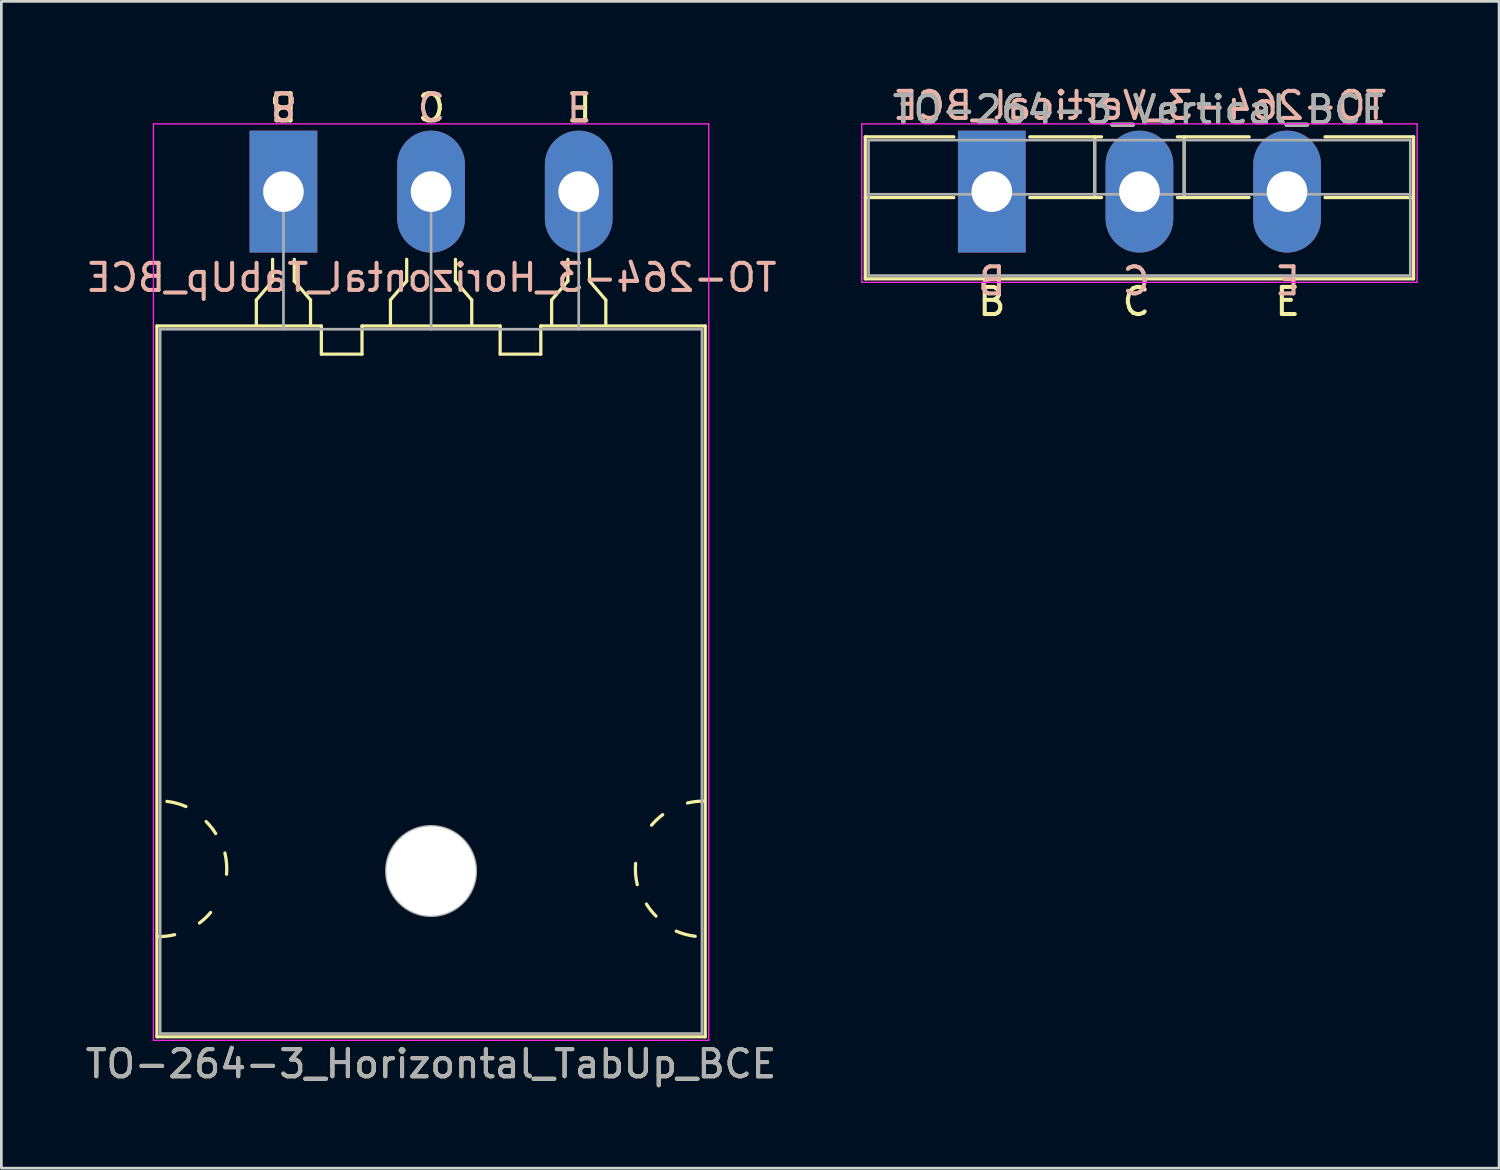
<source format=kicad_pcb>
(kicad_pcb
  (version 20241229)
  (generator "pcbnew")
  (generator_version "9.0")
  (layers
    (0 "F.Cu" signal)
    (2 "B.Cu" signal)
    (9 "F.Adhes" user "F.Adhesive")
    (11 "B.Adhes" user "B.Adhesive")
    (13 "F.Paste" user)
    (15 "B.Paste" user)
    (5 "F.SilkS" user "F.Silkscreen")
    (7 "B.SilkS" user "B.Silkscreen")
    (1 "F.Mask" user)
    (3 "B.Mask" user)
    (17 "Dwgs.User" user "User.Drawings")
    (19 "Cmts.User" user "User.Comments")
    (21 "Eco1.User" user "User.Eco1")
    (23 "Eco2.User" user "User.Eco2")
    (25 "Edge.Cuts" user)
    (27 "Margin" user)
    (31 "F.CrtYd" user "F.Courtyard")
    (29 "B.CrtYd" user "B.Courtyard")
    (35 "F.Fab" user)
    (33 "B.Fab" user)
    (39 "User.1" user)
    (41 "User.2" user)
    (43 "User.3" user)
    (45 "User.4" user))
  (footprint "TO-264-3_Vertical_BCE"
    (layer "F.Cu")
    (at 33.562 4.023)
    (property "Reference" "TO-264-3_Vertical_BCE" (at 5.45 -3.02 0) (layer "F.SilkS") (effects (font (size 1 1) (thickness 0.15))))
    (fp_line (start -4.67 -2.021) (end -4.67 3.22) (stroke (width 0.12) (type solid)) (layer "F.SilkS"))
    (fp_line (start -4.67 -2.021) (end -1.4 -2.021) (stroke (width 0.12) (type solid)) (layer "F.SilkS"))
    (fp_line (start -4.67 0.22) (end -1.4 0.22) (stroke (width 0.12) (type solid)) (layer "F.SilkS"))
    (fp_line (start -4.67 3.22) (end 15.57 3.22) (stroke (width 0.12) (type solid)) (layer "F.SilkS"))
    (fp_line (start 1.4 -2.021) (end 4.051 -2.021) (stroke (width 0.12) (type solid)) (layer "F.SilkS"))
    (fp_line (start 1.4 0.22) (end 4.051 0.22) (stroke (width 0.12) (type solid)) (layer "F.SilkS"))
    (fp_line (start 3.8 -2.021) (end 3.8 0.22) (stroke (width 0.12) (type solid)) (layer "F.SilkS"))
    (fp_line (start 6.85 -2.021) (end 9.5 -2.021) (stroke (width 0.12) (type solid)) (layer "F.SilkS"))
    (fp_line (start 6.85 0.22) (end 9.5 0.22) (stroke (width 0.12) (type solid)) (layer "F.SilkS"))
    (fp_line (start 7.1 -2.021) (end 7.1 0.22) (stroke (width 0.12) (type solid)) (layer "F.SilkS"))
    (fp_line (start 12.3 -2.021) (end 15.57 -2.021) (stroke (width 0.12) (type solid)) (layer "F.SilkS"))
    (fp_line (start 12.3 0.22) (end 15.57 0.22) (stroke (width 0.12) (type solid)) (layer "F.SilkS"))
    (fp_line (start 15.57 -2.021) (end 15.57 3.22) (stroke (width 0.12) (type solid)) (layer "F.SilkS"))
    (fp_line (start -4.8 -2.5) (end -4.8 3.35) (stroke (width 0.05) (type solid)) (layer "F.CrtYd"))
    (fp_line (start -4.8 3.35) (end 15.7 3.35) (stroke (width 0.05) (type solid)) (layer "F.CrtYd"))
    (fp_line (start 15.7 -2.5) (end -4.8 -2.5) (stroke (width 0.05) (type solid)) (layer "F.CrtYd"))
    (fp_line (start 15.7 3.35) (end 15.7 -2.5) (stroke (width 0.05) (type solid)) (layer "F.CrtYd"))
    (fp_line (start -4.55 -1.9) (end -4.55 3.1) (stroke (width 0.1) (type solid)) (layer "F.Fab"))
    (fp_line (start -4.55 0.1) (end 15.45 0.1) (stroke (width 0.1) (type solid)) (layer "F.Fab"))
    (fp_line (start -4.55 3.1) (end 15.45 3.1) (stroke (width 0.1) (type solid)) (layer "F.Fab"))
    (fp_line (start 3.8 -1.9) (end 3.8 0.1) (stroke (width 0.1) (type solid)) (layer "F.Fab"))
    (fp_line (start 7.1 -1.9) (end 7.1 0.1) (stroke (width 0.1) (type solid)) (layer "F.Fab"))
    (fp_line (start 15.45 -1.9) (end -4.55 -1.9) (stroke (width 0.1) (type solid)) (layer "F.Fab"))
    (fp_line (start 15.45 3.1) (end 15.45 -1.9) (stroke (width 0.1) (type solid)) (layer "F.Fab"))
    (fp_text user "E" (at 10.922 4.064 0) (unlocked yes) (layer "F.SilkS") (effects (font (size 1 1) (thickness 0.15))))
    (fp_text user "B" (at 0 4.064 0) (unlocked yes) (layer "F.SilkS") (effects (font (size 1 1) (thickness 0.15))))
    (fp_text user "C" (at 5.334 4.064 0) (unlocked yes) (layer "F.SilkS") (effects (font (size 1 1) (thickness 0.15))))
    (fp_text user "B" (at 0 3.302 0) (unlocked yes) (layer "B.SilkS") (effects (font (size 1 1) (thickness 0.15)) (justify mirror)))
    (fp_text user "E" (at 10.922 3.302 0) (unlocked yes) (layer "B.SilkS") (effects (font (size 1 1) (thickness 0.15)) (justify mirror)))
    (fp_text user "C" (at 5.334 3.302 0) (unlocked yes) (layer "B.SilkS") (effects (font (size 1 1) (thickness 0.15)) (justify mirror)))
    (fp_text user "${REFERENCE}" (at 5.461 -3.175 0) (layer "B.SilkS") (effects (font (size 1 1) (thickness 0.15)) (justify mirror)))
    (fp_text user "${REFERENCE}" (at 5.45 -3.02 0) (layer "F.Fab") (effects (font (size 1 1) (thickness 0.15))))
    (pad "1" thru_hole rect (at 0 0) (size 2.5 4.5) (drill 1.5) (layers "*.Cu" "*.Mask"))
    (pad "2" thru_hole oval (at 5.45 0) (size 2.5 4.5) (drill 1.5) (layers "*.Cu" "*.Mask"))
    (pad "3" thru_hole oval (at 10.9 0) (size 2.5 4.5) (drill 1.5) (layers "*.Cu" "*.Mask")))
  (footprint "TO-264-3_Horizontal_TabUp_BCE"
    (layer "F.Cu")
    (at 7.413 4.023)
    (property "Reference" "TO-264-3_Horizontal_TabUp_BCE" (at 5.45 32.2 0) (layer "F.SilkS") (effects (font (size 1 1) (thickness 0.15))))
    (fp_line (start -4.67 31.2) (end -4.67 4.96) (stroke (width 0.12) (type solid)) (layer "F.SilkS"))
    (fp_line (start -1 4) (end -1 4.9) (stroke (width 0.12) (type solid)) (layer "F.SilkS"))
    (fp_line (start -0.4 2.5) (end -0.4 3.3) (stroke (width 0.12) (type solid)) (layer "F.SilkS"))
    (fp_line (start -0.4 3.3) (end -1 4) (stroke (width 0.12) (type solid)) (layer "F.SilkS"))
    (fp_line (start 0.4 3.3) (end 0.4 2.5) (stroke (width 0.12) (type solid)) (layer "F.SilkS"))
    (fp_line (start 1 4) (end 0.4 3.3) (stroke (width 0.12) (type solid)) (layer "F.SilkS"))
    (fp_line (start 1 4.9) (end 1 4) (stroke (width 0.12) (type solid)) (layer "F.SilkS"))
    (fp_line (start 1.4 4.96) (end -4.67 4.96) (stroke (width 0.12) (type solid)) (layer "F.SilkS"))
    (fp_line (start 1.4 4.96) (end 1.4 6) (stroke (width 0.12) (type solid)) (layer "F.SilkS"))
    (fp_line (start 1.4 6) (end 2.9 6) (stroke (width 0.12) (type solid)) (layer "F.SilkS"))
    (fp_line (start 2.9 6) (end 2.9 4.96) (stroke (width 0.12) (type solid)) (layer "F.SilkS"))
    (fp_line (start 3.95 4) (end 3.95 4.9) (stroke (width 0.12) (type solid)) (layer "F.SilkS"))
    (fp_line (start 4.55 2.5) (end 4.55 3.3) (stroke (width 0.12) (type solid)) (layer "F.SilkS"))
    (fp_line (start 4.55 3.3) (end 3.95 4) (stroke (width 0.12) (type solid)) (layer "F.SilkS"))
    (fp_line (start 6.35 3.3) (end 6.35 2.5) (stroke (width 0.12) (type solid)) (layer "F.SilkS"))
    (fp_line (start 6.95 4) (end 6.35 3.3) (stroke (width 0.12) (type solid)) (layer "F.SilkS"))
    (fp_line (start 6.95 4.9) (end 6.95 4) (stroke (width 0.12) (type solid)) (layer "F.SilkS"))
    (fp_line (start 8 4.96) (end 2.9 4.96) (stroke (width 0.12) (type solid)) (layer "F.SilkS"))
    (fp_line (start 8 6) (end 8 4.96) (stroke (width 0.12) (type solid)) (layer "F.SilkS"))
    (fp_line (start 9.5 4.96) (end 9.5 6) (stroke (width 0.12) (type solid)) (layer "F.SilkS"))
    (fp_line (start 9.5 6) (end 8 6) (stroke (width 0.12) (type solid)) (layer "F.SilkS"))
    (fp_line (start 9.9 4) (end 9.9 4.9) (stroke (width 0.12) (type solid)) (layer "F.SilkS"))
    (fp_line (start 10.5 2.5) (end 10.5 3.3) (stroke (width 0.12) (type solid)) (layer "F.SilkS"))
    (fp_line (start 10.5 3.3) (end 9.9 4) (stroke (width 0.12) (type solid)) (layer "F.SilkS"))
    (fp_line (start 11.3 3.3) (end 11.3 2.5) (stroke (width 0.12) (type solid)) (layer "F.SilkS"))
    (fp_line (start 11.9 4) (end 11.3 3.3) (stroke (width 0.12) (type solid)) (layer "F.SilkS"))
    (fp_line (start 11.9 4.9) (end 11.9 4) (stroke (width 0.12) (type solid)) (layer "F.SilkS"))
    (fp_line (start 15.57 4.96) (end 9.5 4.96) (stroke (width 0.12) (type solid)) (layer "F.SilkS"))
    (fp_line (start 15.57 31.2) (end -4.67 31.2) (stroke (width 0.12) (type solid)) (layer "F.SilkS"))
    (fp_line (start 15.57 31.2) (end 15.57 4.96) (stroke (width 0.12) (type solid)) (layer "F.SilkS"))
    (fp_arc (start -4.301186 22.509879) (mid -3.943673 22.579416) (end -3.600001 22.700001) (stroke (width 0.12) (type solid)) (layer "F.SilkS"))
    (fp_arc (start -4.016568 27.430968) (mid -4.306249 27.482682) (end -4.6 27.5) (stroke (width 0.12) (type solid)) (layer "F.SilkS"))
    (fp_arc (start -2.853576 23.253576) (mid -2.663879 23.466564) (end -2.500001 23.700001) (stroke (width 0.12) (type solid)) (layer "F.SilkS"))
    (fp_arc (start -2.687722 26.610338) (mid -2.882773 26.8169) (end -3.1 26.999999) (stroke (width 0.12) (type solid)) (layer "F.SilkS"))
    (fp_arc (start -2.161266 24.414703) (mid -2.099611 24.804931) (end -2.100001 25.199999) (stroke (width 0.12) (type solid)) (layer "F.SilkS"))
    (fp_arc (start 13.061266 25.585297) (mid 12.999611 25.195069) (end 13.000001 24.800001) (stroke (width 0.12) (type solid)) (layer "F.SilkS"))
    (fp_arc (start 13.587722 23.389662) (mid 13.782773 23.1831) (end 14 23.000001) (stroke (width 0.12) (type solid)) (layer "F.SilkS"))
    (fp_arc (start 13.753576 26.746424) (mid 13.563879 26.533436) (end 13.400001 26.299999) (stroke (width 0.12) (type solid)) (layer "F.SilkS"))
    (fp_arc (start 14.916568 22.569032) (mid 15.206249 22.517318) (end 15.5 22.5) (stroke (width 0.12) (type solid)) (layer "F.SilkS"))
    (fp_arc (start 15.201186 27.490121) (mid 14.843673 27.420584) (end 14.500001 27.299999) (stroke (width 0.12) (type solid)) (layer "F.SilkS"))
    (fp_line (start -4.8 -2.5) (end -4.8 31.33) (stroke (width 0.05) (type solid)) (layer "F.CrtYd"))
    (fp_line (start -4.8 31.33) (end 15.7 31.33) (stroke (width 0.05) (type solid)) (layer "F.CrtYd"))
    (fp_line (start 15.7 -2.5) (end -4.8 -2.5) (stroke (width 0.05) (type solid)) (layer "F.CrtYd"))
    (fp_line (start 15.7 31.33) (end 15.7 -2.5) (stroke (width 0.05) (type solid)) (layer "F.CrtYd"))
    (fp_line (start -4.55 5.08) (end -4.55 31.08) (stroke (width 0.1) (type solid)) (layer "F.Fab"))
    (fp_line (start -4.55 31.08) (end 15.45 31.08) (stroke (width 0.1) (type solid)) (layer "F.Fab"))
    (fp_line (start 0 5.08) (end 0 0) (stroke (width 0.1) (type solid)) (layer "F.Fab"))
    (fp_line (start 5.45 5.08) (end 5.45 0) (stroke (width 0.1) (type solid)) (layer "F.Fab"))
    (fp_line (start 10.9 5.08) (end 10.9 0) (stroke (width 0.1) (type solid)) (layer "F.Fab"))
    (fp_line (start 15.45 5.08) (end -4.55 5.08) (stroke (width 0.1) (type solid)) (layer "F.Fab"))
    (fp_line (start 15.45 31.08) (end 15.45 5.08) (stroke (width 0.1) (type solid)) (layer "F.Fab"))
    (fp_circle (center 5.45 25.08) (end 7.1 25.08) (stroke (width 0.1) (type solid)) (fill no) (layer "F.Fab"))
    (fp_text user "E" (at 10.922 -3.175 180) (unlocked yes) (layer "F.SilkS") (effects (font (size 1 1) (thickness 0.15))))
    (fp_text user "C" (at 5.461 -3.175 180) (unlocked yes) (layer "F.SilkS") (effects (font (size 1 1) (thickness 0.15))))
    (fp_text user "B" (at 0 -3.175 180) (unlocked yes) (layer "F.SilkS") (effects (font (size 1 1) (thickness 0.15))))
    (fp_text user "B" (at 0 -3.175 180) (unlocked yes) (layer "B.SilkS") (effects (font (size 1 1) (thickness 0.15)) (justify mirror)))
    (fp_text user "E" (at 10.922 -3.175 180) (unlocked yes) (layer "B.SilkS") (effects (font (size 1 1) (thickness 0.15)) (justify mirror)))
    (fp_text user "C" (at 5.461 -3.175 180) (unlocked yes) (layer "B.SilkS") (effects (font (size 1 1) (thickness 0.15)) (justify mirror)))
    (fp_text user "${REFERENCE}" (at 5.461 3.175 0) (layer "B.SilkS") (effects (font (size 1 1) (thickness 0.15)) (justify mirror)))
    (fp_text user "${REFERENCE}" (at 5.45 32.2 0) (layer "F.Fab") (effects (font (size 1 1) (thickness 0.15))))
    (pad "" np_thru_hole oval (at 5.45 25.08) (size 3.3 3.3) (drill 3.3) (layers "*.Cu" "*.Mask"))
    (pad "1" thru_hole rect (at 0 0) (size 2.5 4.5) (drill 1.5) (layers "*.Cu" "*.Mask"))
    (pad "2" thru_hole oval (at 5.45 0) (size 2.5 4.5) (drill 1.5) (layers "*.Cu" "*.Mask"))
    (pad "3" thru_hole oval (at 10.9 0) (size 2.5 4.5) (drill 1.5) (layers "*.Cu" "*.Mask")))
  (gr_rect
    (start -3 -3)
    (end 52.287 40.072)
    (stroke (width 0.1) (type default))
    (fill no)
    (layer "Edge.Cuts")))
</source>
